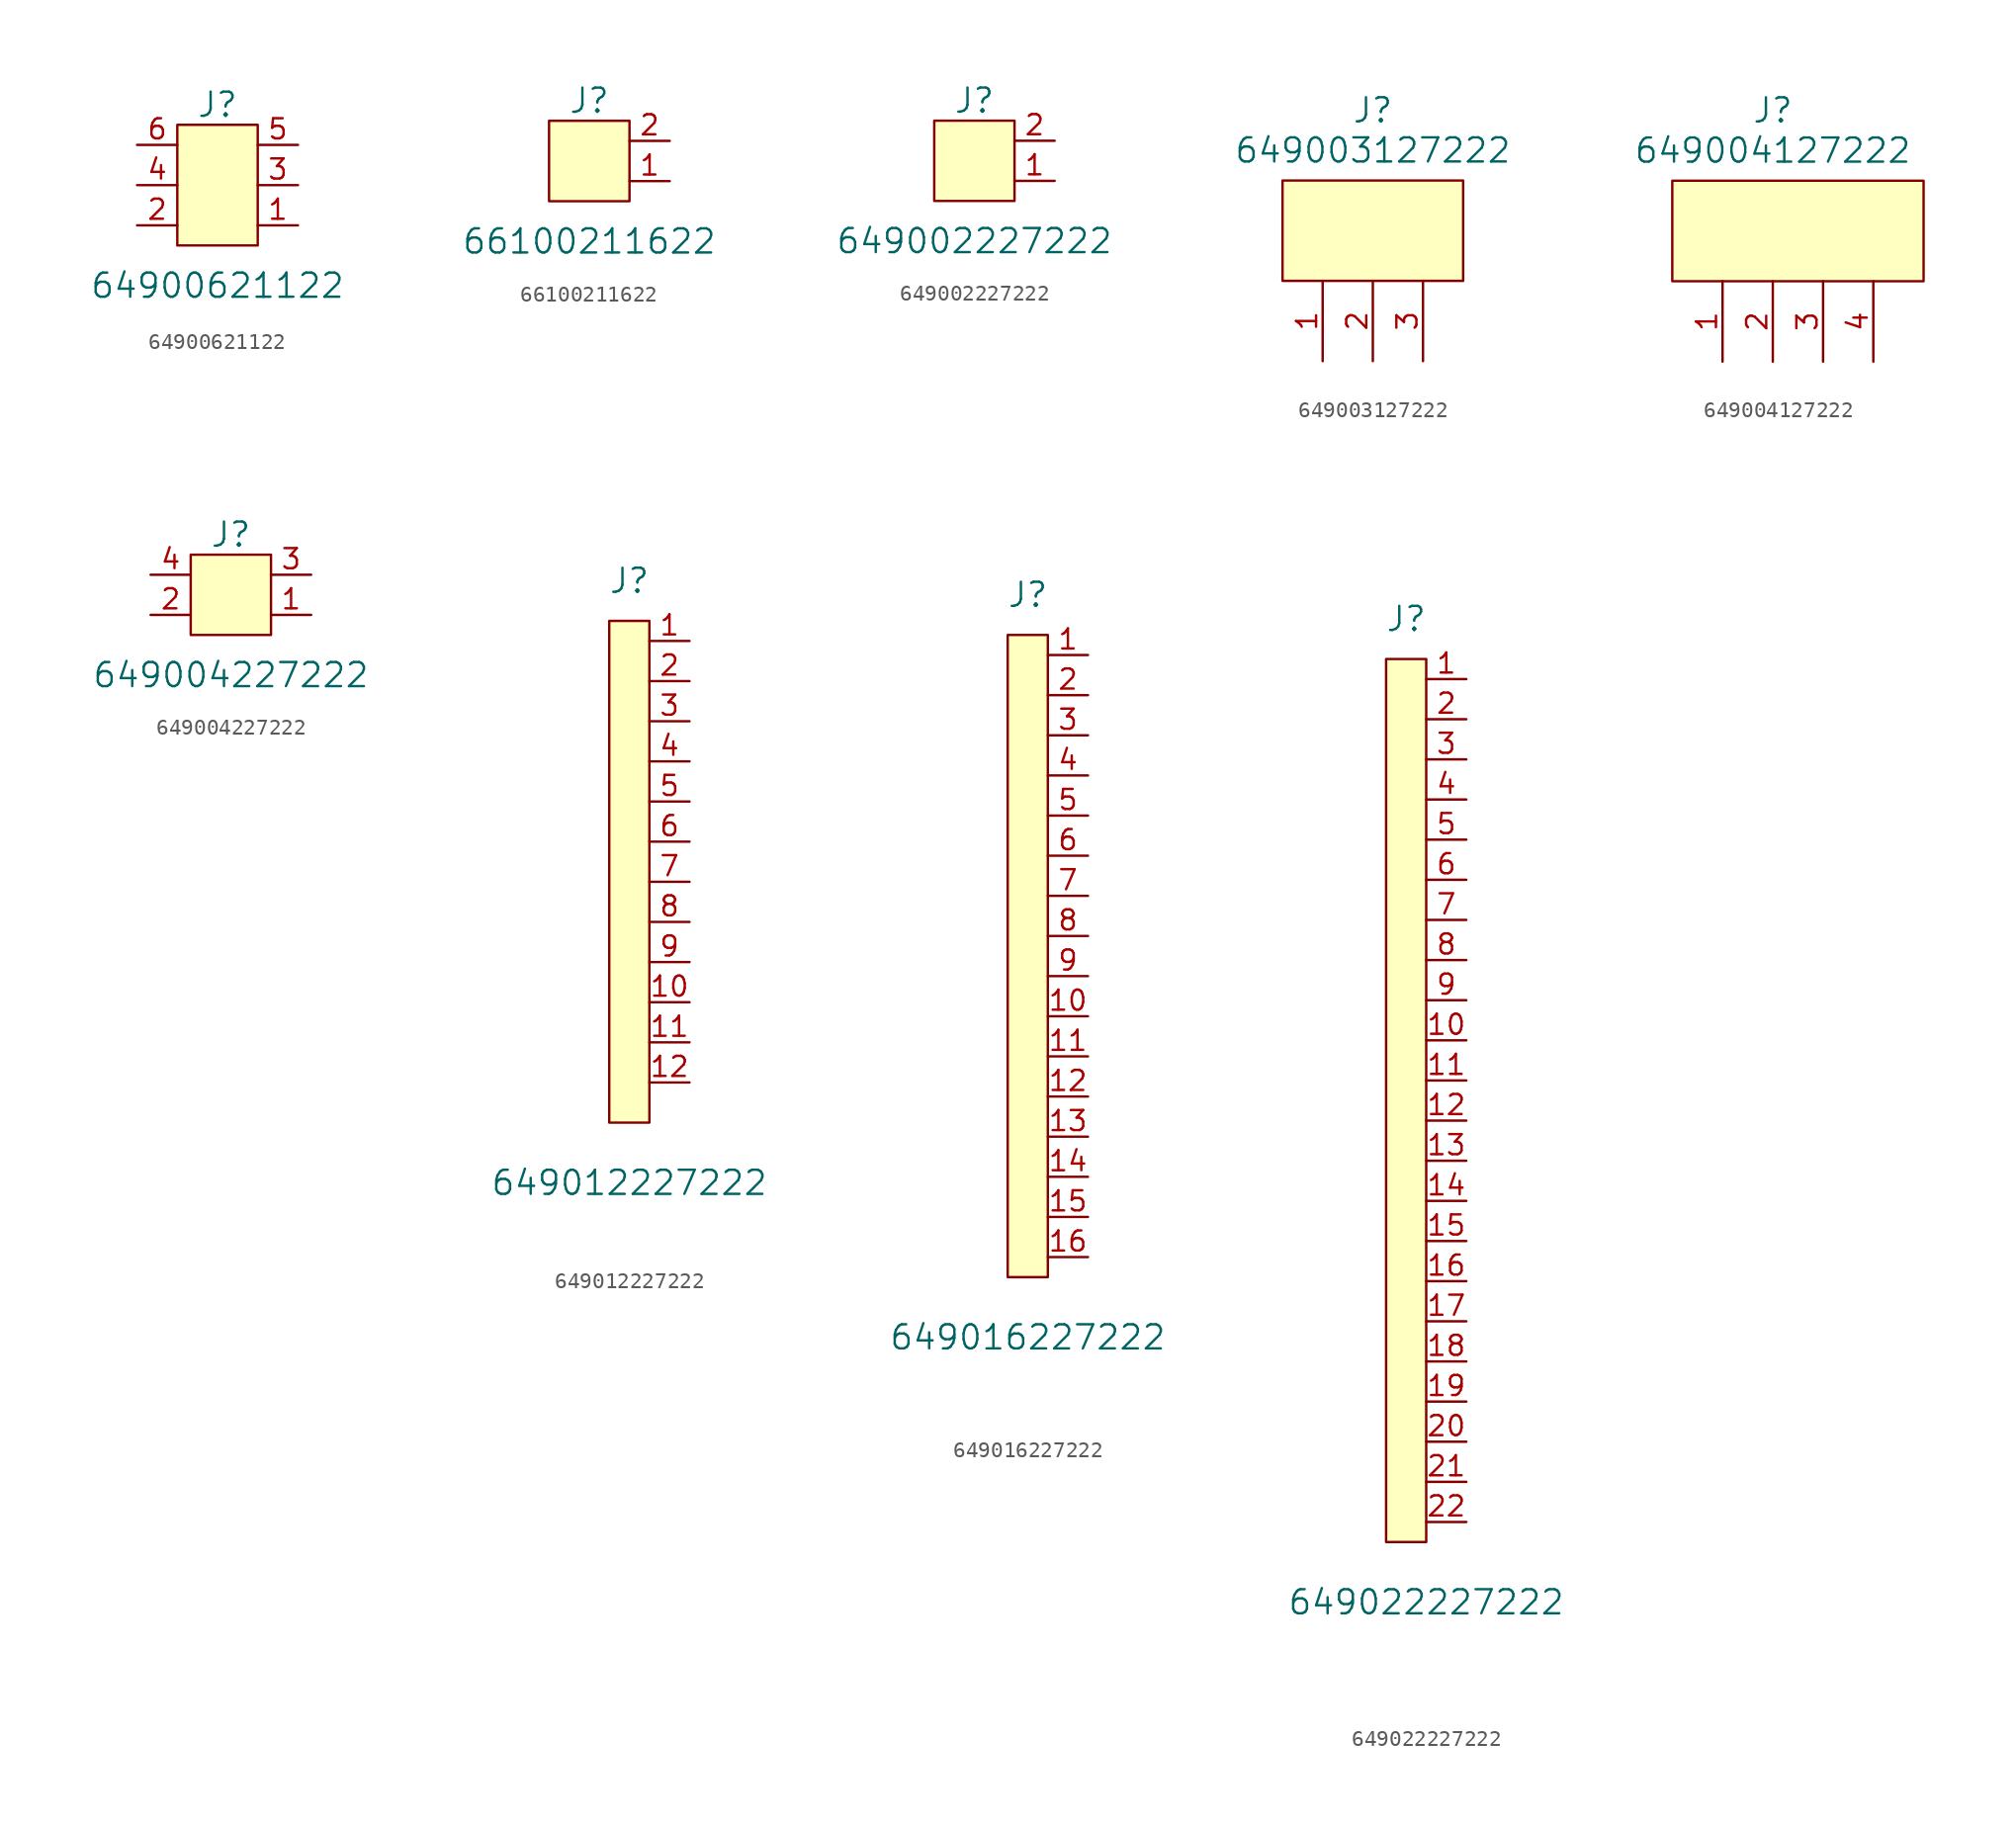
<source format=kicad_sym>
(kicad_symbol_lib
  (version 20220914)
  (generator kicad_symbol_editor)
  (symbol "64900621122"
    (pin_names
      (offset 0) hide)
    (property "Reference" "J"
      (at 0 7.62 0)
      (effects (font (size 1.524 1.524))))
    (property "Value" "64900621122"
      (at 0 -3.81 0)
      (effects (font (size 1.524 1.524))))
    (symbol "64900621122_0_1"
      (rectangle (start -2.54 6.35) (end 2.54 -1.27) (stroke (width 0) (type default)) (fill (type background))))
    (symbol "64900621122_1_1"
      (pin passive line (at 5.08 0 180) (length 2.54) (name "1" (effects (font (size 1.27 1.27)))) (number "1" (effects (font (size 1.27 1.27)))))
      (pin passive line (at -5.08 0 0) (length 2.54) (name "2" (effects (font (size 1.27 1.27)))) (number "2" (effects (font (size 1.27 1.27)))))
      (pin passive line (at 5.08 2.54 180) (length 2.54) (name "3" (effects (font (size 1.27 1.27)))) (number "3" (effects (font (size 1.27 1.27)))))
      (pin passive line (at -5.08 2.54 0) (length 2.54) (name "4" (effects (font (size 1.27 1.27)))) (number "4" (effects (font (size 1.27 1.27)))))
      (pin passive line (at 5.08 5.08 180) (length 2.54) (name "5" (effects (font (size 1.27 1.27)))) (number "5" (effects (font (size 1.27 1.27)))))
      (pin passive line (at -5.08 5.08 0) (length 2.54) (name "6" (effects (font (size 1.27 1.27)))) (number "6" (effects (font (size 1.27 1.27)))))))
  (symbol "66100211622"
    (pin_names
      (offset 0) hide)
    (property "Reference" "J"
      (at 0 5.08 0)
      (effects (font (size 1.524 1.524))))
    (property "Value" "66100211622"
      (at 0 -3.81 0)
      (effects (font (size 1.524 1.524))))
    (symbol "66100211622_0_1"
      (rectangle (start -2.54 3.81) (end 2.54 -1.27) (stroke (width 0) (type default)) (fill (type background))))
    (symbol "66100211622_1_1"
      (pin passive line (at 5.08 0 180) (length 2.54) (name "1" (effects (font (size 1.27 1.27)))) (number "1" (effects (font (size 1.27 1.27)))))
      (pin passive line (at 5.08 2.54 180) (length 2.54) (name "2" (effects (font (size 1.27 1.27)))) (number "2" (effects (font (size 1.27 1.27)))))))
  (symbol "649002227222"
    (pin_names
      (offset 0) hide)
    (property "Reference" "J"
      (at 0 5.08 0)
      (effects (font (size 1.524 1.524))))
    (property "Value" "649002227222"
      (at 0 -3.81 0)
      (effects (font (size 1.524 1.524))))
    (symbol "649002227222_0_1"
      (rectangle (start -2.54 3.81) (end 2.54 -1.27) (stroke (width 0) (type default)) (fill (type background))))
    (symbol "649002227222_1_1"
      (pin passive line (at 5.08 0 180) (length 2.54) (name "1" (effects (font (size 1.27 1.27)))) (number "1" (effects (font (size 1.27 1.27)))))
      (pin passive line (at 5.08 2.54 180) (length 2.54) (name "2" (effects (font (size 1.27 1.27)))) (number "2" (effects (font (size 1.27 1.27)))))))
  (symbol "649003127222"
    (pin_names
      (offset 1.016))
    (property "Reference" "J"
      (at 0 13.97 0)
      (effects (font (size 1.524 1.524))))
    (property "Value" "649003127222"
      (at 0 11.43 0)
      (effects (font (size 1.524 1.524))))
    (symbol "649003127222_0_1"
      (rectangle (start -5.715 3.175) (end 5.715 9.525) (stroke (width 0) (type default)) (fill (type background))))
    (symbol "649003127222_1_1"
      (pin input line (at -3.175 -1.905 90) (length 5.08) (name "~" (effects (font (size 1.27 1.27)))) (number "1" (effects (font (size 1.27 1.27)))))
      (pin input line (at 0 -1.905 90) (length 5.08) (name "~" (effects (font (size 1.27 1.27)))) (number "2" (effects (font (size 1.27 1.27)))))
      (pin input line (at 3.175 -1.905 90) (length 5.08) (name "~" (effects (font (size 1.27 1.27)))) (number "3" (effects (font (size 1.27 1.27)))))))
  (symbol "649004127222"
    (pin_names
      (offset 1.016))
    (property "Reference" "J"
      (at 0 13.97 0)
      (effects (font (size 1.524 1.524))))
    (property "Value" "649004127222"
      (at 0 11.43 0)
      (effects (font (size 1.524 1.524))))
    (symbol "649004127222_0_1"
      (rectangle (start -6.35 3.175) (end 9.525 9.525) (stroke (width 0) (type default)) (fill (type background))))
    (symbol "649004127222_1_1"
      (pin bidirectional line (at -3.175 -1.905 90) (length 5.08) (name "~" (effects (font (size 1.27 1.27)))) (number "1" (effects (font (size 1.27 1.27)))))
      (pin bidirectional line (at 0 -1.905 90) (length 5.08) (name "~" (effects (font (size 1.27 1.27)))) (number "2" (effects (font (size 1.27 1.27)))))
      (pin bidirectional line (at 3.175 -1.905 90) (length 5.08) (name "~" (effects (font (size 1.27 1.27)))) (number "3" (effects (font (size 1.27 1.27)))))
      (pin bidirectional line (at 6.35 -1.905 90) (length 5.08) (name "~" (effects (font (size 1.27 1.27)))) (number "4" (effects (font (size 1.27 1.27)))))))
  (symbol "649004227222"
    (pin_names
      (offset 0) hide)
    (property "Reference" "J"
      (at 0 5.08 0)
      (effects (font (size 1.524 1.524))))
    (property "Value" "649004227222"
      (at 0 -3.81 0)
      (effects (font (size 1.524 1.524))))
    (symbol "649004227222_0_1"
      (rectangle (start -2.54 3.81) (end 2.54 -1.27) (stroke (width 0) (type default)) (fill (type background))))
    (symbol "649004227222_1_1"
      (pin passive line (at 5.08 0 180) (length 2.54) (name "1" (effects (font (size 1.27 1.27)))) (number "1" (effects (font (size 1.27 1.27)))))
      (pin passive line (at -5.08 0 0) (length 2.54) (name "2" (effects (font (size 1.27 1.27)))) (number "2" (effects (font (size 1.27 1.27)))))
      (pin passive line (at 5.08 2.54 180) (length 2.54) (name "3" (effects (font (size 1.27 1.27)))) (number "3" (effects (font (size 1.27 1.27)))))
      (pin passive line (at -5.08 2.54 0) (length 2.54) (name "4" (effects (font (size 1.27 1.27)))) (number "4" (effects (font (size 1.27 1.27)))))))
  (symbol "649012227222"
    (pin_names
      (offset 0) hide)
    (property "Reference" "J"
      (at 0 34.29 0)
      (effects (font (size 1.524 1.524))))
    (property "Value" "649012227222"
      (at 0 -3.81 0)
      (effects (font (size 1.524 1.524))))
    (symbol "649012227222_0_1"
      (rectangle (start -1.27 31.75) (end 1.27 0) (stroke (width 0) (type default)) (fill (type background))))
    (symbol "649012227222_1_1"
      (pin passive line (at 3.81 30.48 180) (length 2.54) (name "1" (effects (font (size 1.27 1.27)))) (number "1" (effects (font (size 1.27 1.27)))))
      (pin passive line (at 3.81 7.62 180) (length 2.54) (name "10" (effects (font (size 1.27 1.27)))) (number "10" (effects (font (size 1.27 1.27)))))
      (pin passive line (at 3.81 5.08 180) (length 2.54) (name "11" (effects (font (size 1.27 1.27)))) (number "11" (effects (font (size 1.27 1.27)))))
      (pin passive line (at 3.81 2.54 180) (length 2.54) (name "12" (effects (font (size 1.27 1.27)))) (number "12" (effects (font (size 1.27 1.27)))))
      (pin passive line (at 3.81 27.94 180) (length 2.54) (name "2" (effects (font (size 1.27 1.27)))) (number "2" (effects (font (size 1.27 1.27)))))
      (pin passive line (at 3.81 25.4 180) (length 2.54) (name "3" (effects (font (size 1.27 1.27)))) (number "3" (effects (font (size 1.27 1.27)))))
      (pin passive line (at 3.81 22.86 180) (length 2.54) (name "4" (effects (font (size 1.27 1.27)))) (number "4" (effects (font (size 1.27 1.27)))))
      (pin passive line (at 3.81 20.32 180) (length 2.54) (name "5" (effects (font (size 1.27 1.27)))) (number "5" (effects (font (size 1.27 1.27)))))
      (pin passive line (at 3.81 17.78 180) (length 2.54) (name "6" (effects (font (size 1.27 1.27)))) (number "6" (effects (font (size 1.27 1.27)))))
      (pin passive line (at 3.81 15.24 180) (length 2.54) (name "7" (effects (font (size 1.27 1.27)))) (number "7" (effects (font (size 1.27 1.27)))))
      (pin passive line (at 3.81 12.7 180) (length 2.54) (name "8" (effects (font (size 1.27 1.27)))) (number "8" (effects (font (size 1.27 1.27)))))
      (pin passive line (at 3.81 10.16 180) (length 2.54) (name "9" (effects (font (size 1.27 1.27)))) (number "9" (effects (font (size 1.27 1.27)))))))
  (symbol "649016227222"
    (pin_names
      (offset 0) hide)
    (property "Reference" "J"
      (at 0 43.18 0)
      (effects (font (size 1.524 1.524))))
    (property "Value" "649016227222"
      (at 0 -3.81 0)
      (effects (font (size 1.524 1.524))))
    (symbol "649016227222_0_1"
      (rectangle (start -1.27 40.64) (end 1.27 0) (stroke (width 0) (type default)) (fill (type background))))
    (symbol "649016227222_1_1"
      (pin passive line (at 3.81 39.37 180) (length 2.54) (name "1" (effects (font (size 1.27 1.27)))) (number "1" (effects (font (size 1.27 1.27)))))
      (pin passive line (at 3.81 16.51 180) (length 2.54) (name "10" (effects (font (size 1.27 1.27)))) (number "10" (effects (font (size 1.27 1.27)))))
      (pin passive line (at 3.81 13.97 180) (length 2.54) (name "11" (effects (font (size 1.27 1.27)))) (number "11" (effects (font (size 1.27 1.27)))))
      (pin passive line (at 3.81 11.43 180) (length 2.54) (name "12" (effects (font (size 1.27 1.27)))) (number "12" (effects (font (size 1.27 1.27)))))
      (pin passive line (at 3.81 8.89 180) (length 2.54) (name "13" (effects (font (size 1.27 1.27)))) (number "13" (effects (font (size 1.27 1.27)))))
      (pin passive line (at 3.81 6.35 180) (length 2.54) (name "14" (effects (font (size 1.27 1.27)))) (number "14" (effects (font (size 1.27 1.27)))))
      (pin passive line (at 3.81 3.81 180) (length 2.54) (name "15" (effects (font (size 1.27 1.27)))) (number "15" (effects (font (size 1.27 1.27)))))
      (pin passive line (at 3.81 1.27 180) (length 2.54) (name "16" (effects (font (size 1.27 1.27)))) (number "16" (effects (font (size 1.27 1.27)))))
      (pin passive line (at 3.81 36.83 180) (length 2.54) (name "2" (effects (font (size 1.27 1.27)))) (number "2" (effects (font (size 1.27 1.27)))))
      (pin passive line (at 3.81 34.29 180) (length 2.54) (name "3" (effects (font (size 1.27 1.27)))) (number "3" (effects (font (size 1.27 1.27)))))
      (pin passive line (at 3.81 31.75 180) (length 2.54) (name "4" (effects (font (size 1.27 1.27)))) (number "4" (effects (font (size 1.27 1.27)))))
      (pin passive line (at 3.81 29.21 180) (length 2.54) (name "5" (effects (font (size 1.27 1.27)))) (number "5" (effects (font (size 1.27 1.27)))))
      (pin passive line (at 3.81 26.67 180) (length 2.54) (name "6" (effects (font (size 1.27 1.27)))) (number "6" (effects (font (size 1.27 1.27)))))
      (pin passive line (at 3.81 24.13 180) (length 2.54) (name "7" (effects (font (size 1.27 1.27)))) (number "7" (effects (font (size 1.27 1.27)))))
      (pin passive line (at 3.81 21.59 180) (length 2.54) (name "8" (effects (font (size 1.27 1.27)))) (number "8" (effects (font (size 1.27 1.27)))))
      (pin passive line (at 3.81 19.05 180) (length 2.54) (name "9" (effects (font (size 1.27 1.27)))) (number "9" (effects (font (size 1.27 1.27)))))))
  (symbol "649022227222"
    (pin_names
      (offset 0) hide)
    (property "Reference" "J"
      (at -1.27 58.42 0)
      (effects (font (size 1.524 1.524))))
    (property "Value" "649022227222"
      (at 0 -3.81 0)
      (effects (font (size 1.524 1.524))))
    (symbol "649022227222_0_1"
      (rectangle (start -2.54 55.88) (end 0 0) (stroke (width 0) (type default)) (fill (type background))))
    (symbol "649022227222_1_1"
      (pin passive line (at 2.54 54.61 180) (length 2.54) (name "1" (effects (font (size 1.27 1.27)))) (number "1" (effects (font (size 1.27 1.27)))))
      (pin passive line (at 2.54 31.75 180) (length 2.54) (name "10" (effects (font (size 1.27 1.27)))) (number "10" (effects (font (size 1.27 1.27)))))
      (pin passive line (at 2.54 29.21 180) (length 2.54) (name "11" (effects (font (size 1.27 1.27)))) (number "11" (effects (font (size 1.27 1.27)))))
      (pin passive line (at 2.54 26.67 180) (length 2.54) (name "12" (effects (font (size 1.27 1.27)))) (number "12" (effects (font (size 1.27 1.27)))))
      (pin passive line (at 2.54 24.13 180) (length 2.54) (name "13" (effects (font (size 1.27 1.27)))) (number "13" (effects (font (size 1.27 1.27)))))
      (pin passive line (at 2.54 21.59 180) (length 2.54) (name "14" (effects (font (size 1.27 1.27)))) (number "14" (effects (font (size 1.27 1.27)))))
      (pin passive line (at 2.54 19.05 180) (length 2.54) (name "15" (effects (font (size 1.27 1.27)))) (number "15" (effects (font (size 1.27 1.27)))))
      (pin passive line (at 2.54 16.51 180) (length 2.54) (name "16" (effects (font (size 1.27 1.27)))) (number "16" (effects (font (size 1.27 1.27)))))
      (pin passive line (at 2.54 13.97 180) (length 2.54) (name "17" (effects (font (size 1.27 1.27)))) (number "17" (effects (font (size 1.27 1.27)))))
      (pin passive line (at 2.54 11.43 180) (length 2.54) (name "18" (effects (font (size 1.27 1.27)))) (number "18" (effects (font (size 1.27 1.27)))))
      (pin passive line (at 2.54 8.89 180) (length 2.54) (name "19" (effects (font (size 1.27 1.27)))) (number "19" (effects (font (size 1.27 1.27)))))
      (pin passive line (at 2.54 52.07 180) (length 2.54) (name "2" (effects (font (size 1.27 1.27)))) (number "2" (effects (font (size 1.27 1.27)))))
      (pin passive line (at 2.54 6.35 180) (length 2.54) (name "20" (effects (font (size 1.27 1.27)))) (number "20" (effects (font (size 1.27 1.27)))))
      (pin passive line (at 2.54 3.81 180) (length 2.54) (name "21" (effects (font (size 1.27 1.27)))) (number "21" (effects (font (size 1.27 1.27)))))
      (pin passive line (at 2.54 1.27 180) (length 2.54) (name "22" (effects (font (size 1.27 1.27)))) (number "22" (effects (font (size 1.27 1.27)))))
      (pin passive line (at 2.54 49.53 180) (length 2.54) (name "3" (effects (font (size 1.27 1.27)))) (number "3" (effects (font (size 1.27 1.27)))))
      (pin passive line (at 2.54 46.99 180) (length 2.54) (name "4" (effects (font (size 1.27 1.27)))) (number "4" (effects (font (size 1.27 1.27)))))
      (pin passive line (at 2.54 44.45 180) (length 2.54) (name "5" (effects (font (size 1.27 1.27)))) (number "5" (effects (font (size 1.27 1.27)))))
      (pin passive line (at 2.54 41.91 180) (length 2.54) (name "6" (effects (font (size 1.27 1.27)))) (number "6" (effects (font (size 1.27 1.27)))))
      (pin passive line (at 2.54 39.37 180) (length 2.54) (name "7" (effects (font (size 1.27 1.27)))) (number "7" (effects (font (size 1.27 1.27)))))
      (pin passive line (at 2.54 36.83 180) (length 2.54) (name "8" (effects (font (size 1.27 1.27)))) (number "8" (effects (font (size 1.27 1.27)))))
      (pin passive line (at 2.54 34.29 180) (length 2.54) (name "9" (effects (font (size 1.27 1.27)))) (number "9" (effects (font (size 1.27 1.27))))))))
</source>
